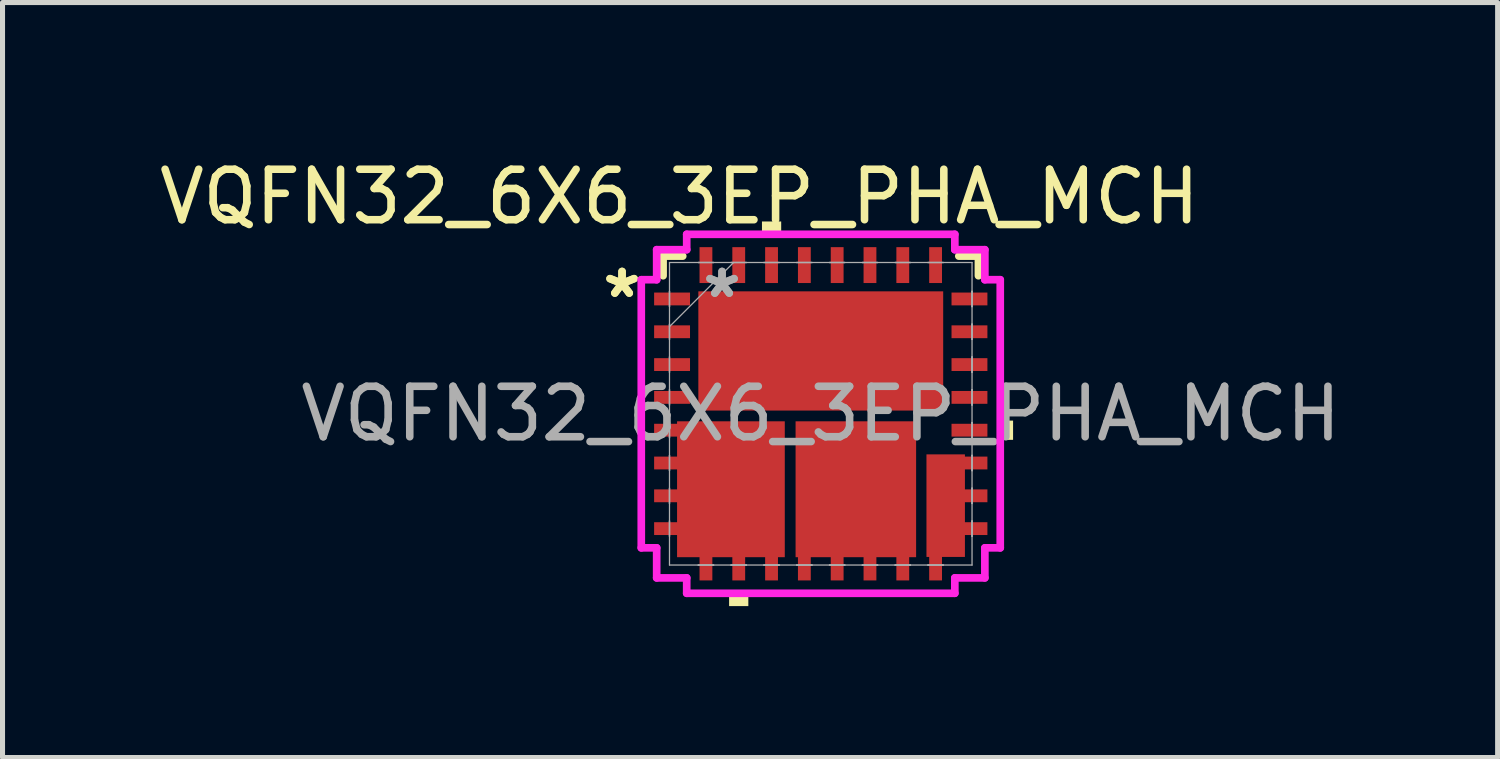
<source format=kicad_pcb>
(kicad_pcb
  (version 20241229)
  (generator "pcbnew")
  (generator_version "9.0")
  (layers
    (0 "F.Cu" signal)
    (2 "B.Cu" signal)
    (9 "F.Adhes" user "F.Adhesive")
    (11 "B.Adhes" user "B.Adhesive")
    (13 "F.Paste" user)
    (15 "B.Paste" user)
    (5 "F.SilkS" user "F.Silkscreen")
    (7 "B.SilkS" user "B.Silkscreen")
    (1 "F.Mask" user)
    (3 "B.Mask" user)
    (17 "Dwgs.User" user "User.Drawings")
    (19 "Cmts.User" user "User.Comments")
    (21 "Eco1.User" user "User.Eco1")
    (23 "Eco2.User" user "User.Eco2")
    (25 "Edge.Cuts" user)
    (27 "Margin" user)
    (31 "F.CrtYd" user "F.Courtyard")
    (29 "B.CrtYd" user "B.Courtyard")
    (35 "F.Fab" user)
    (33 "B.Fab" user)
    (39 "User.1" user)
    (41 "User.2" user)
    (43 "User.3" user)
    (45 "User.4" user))
  (footprint "VQFN32_6X6_3EP_PHA_MCH"
    (layer "F.Cu")
    (at 13.211 5.148)
    (property "Reference" "VQFN32_6X6_3EP_PHA_MCH" (at -2.8 -4.3 0) (unlocked yes) (layer "F.SilkS") (effects (font (size 1 1) (thickness 0.15))))
    (attr smd)
    (fp_line (start -3.124 -3.124) (end -3.124 -2.735) (stroke (width 0.152) (type solid)) (layer "F.SilkS"))
    (fp_line (start -2.735 -3.124) (end -3.124 -3.124) (stroke (width 0.152) (type solid)) (layer "F.SilkS"))
    (fp_line (start 3.124 -3.124) (end 2.735 -3.124) (stroke (width 0.152) (type solid)) (layer "F.SilkS"))
    (fp_line (start 3.124 -2.735) (end 3.124 -3.124) (stroke (width 0.152) (type solid)) (layer "F.SilkS"))
    (fp_poly (pts (xy -1.816 3.556) (xy -1.816 3.81) (xy -1.435 3.81) (xy -1.435 3.556)) (stroke (width 0) (type solid)) (fill yes) (layer "F.SilkS"))
    (fp_poly (pts (xy -1.165 -3.556) (xy -1.165 -3.81) (xy -0.784 -3.81) (xy -0.784 -3.556)) (stroke (width 0) (type solid)) (fill yes) (layer "F.SilkS"))
    (fp_poly (pts (xy 3.81 0.135) (xy 3.81 0.516) (xy 3.556 0.516) (xy 3.556 0.135)) (stroke (width 0) (type solid)) (fill yes) (layer "F.SilkS"))
    (fp_line (start -3.556 -2.656) (end -3.251 -2.656) (stroke (width 0.152) (type solid)) (layer "F.CrtYd"))
    (fp_line (start -3.556 2.656) (end -3.556 -2.656) (stroke (width 0.152) (type solid)) (layer "F.CrtYd"))
    (fp_line (start -3.251 -3.251) (end -2.656 -3.251) (stroke (width 0.152) (type solid)) (layer "F.CrtYd"))
    (fp_line (start -3.251 -2.656) (end -3.251 -3.251) (stroke (width 0.152) (type solid)) (layer "F.CrtYd"))
    (fp_line (start -3.251 2.656) (end -3.556 2.656) (stroke (width 0.152) (type solid)) (layer "F.CrtYd"))
    (fp_line (start -3.251 3.251) (end -3.251 2.656) (stroke (width 0.152) (type solid)) (layer "F.CrtYd"))
    (fp_line (start -2.656 -3.556) (end 2.656 -3.556) (stroke (width 0.152) (type solid)) (layer "F.CrtYd"))
    (fp_line (start -2.656 -3.251) (end -2.656 -3.556) (stroke (width 0.152) (type solid)) (layer "F.CrtYd"))
    (fp_line (start -2.656 3.251) (end -3.251 3.251) (stroke (width 0.152) (type solid)) (layer "F.CrtYd"))
    (fp_line (start -2.656 3.556) (end -2.656 3.251) (stroke (width 0.152) (type solid)) (layer "F.CrtYd"))
    (fp_line (start 2.656 -3.556) (end 2.656 -3.251) (stroke (width 0.152) (type solid)) (layer "F.CrtYd"))
    (fp_line (start 2.656 -3.251) (end 3.251 -3.251) (stroke (width 0.152) (type solid)) (layer "F.CrtYd"))
    (fp_line (start 2.656 3.251) (end 2.656 3.556) (stroke (width 0.152) (type solid)) (layer "F.CrtYd"))
    (fp_line (start 2.656 3.556) (end -2.656 3.556) (stroke (width 0.152) (type solid)) (layer "F.CrtYd"))
    (fp_line (start 3.251 -3.251) (end 3.251 -2.656) (stroke (width 0.152) (type solid)) (layer "F.CrtYd"))
    (fp_line (start 3.251 -2.656) (end 3.556 -2.656) (stroke (width 0.152) (type solid)) (layer "F.CrtYd"))
    (fp_line (start 3.251 2.656) (end 3.251 3.251) (stroke (width 0.152) (type solid)) (layer "F.CrtYd"))
    (fp_line (start 3.251 3.251) (end 2.656 3.251) (stroke (width 0.152) (type solid)) (layer "F.CrtYd"))
    (fp_line (start 3.556 -2.656) (end 3.556 2.656) (stroke (width 0.152) (type solid)) (layer "F.CrtYd"))
    (fp_line (start 3.556 2.656) (end 3.251 2.656) (stroke (width 0.152) (type solid)) (layer "F.CrtYd"))
    (fp_line (start -2.997 -2.997) (end -2.997 2.997) (stroke (width 0.025) (type solid)) (layer "F.Fab"))
    (fp_line (start -2.997 -2.427) (end -2.997 -2.427) (stroke (width 0.025) (type solid)) (layer "F.Fab"))
    (fp_line (start -2.997 -2.427) (end -2.997 -2.123) (stroke (width 0.025) (type solid)) (layer "F.Fab"))
    (fp_line (start -2.997 -2.123) (end -2.997 -2.427) (stroke (width 0.025) (type solid)) (layer "F.Fab"))
    (fp_line (start -2.997 -2.123) (end -2.997 -2.123) (stroke (width 0.025) (type solid)) (layer "F.Fab"))
    (fp_line (start -2.997 -1.777) (end -2.997 -1.777) (stroke (width 0.025) (type solid)) (layer "F.Fab"))
    (fp_line (start -2.997 -1.777) (end -2.997 -1.473) (stroke (width 0.025) (type solid)) (layer "F.Fab"))
    (fp_line (start -2.997 -1.727) (end -1.727 -2.997) (stroke (width 0.025) (type solid)) (layer "F.Fab"))
    (fp_line (start -2.997 -1.473) (end -2.997 -1.777) (stroke (width 0.025) (type solid)) (layer "F.Fab"))
    (fp_line (start -2.997 -1.473) (end -2.997 -1.473) (stroke (width 0.025) (type solid)) (layer "F.Fab"))
    (fp_line (start -2.997 -1.127) (end -2.997 -1.127) (stroke (width 0.025) (type solid)) (layer "F.Fab"))
    (fp_line (start -2.997 -1.127) (end -2.997 -0.823) (stroke (width 0.025) (type solid)) (layer "F.Fab"))
    (fp_line (start -2.997 -0.823) (end -2.997 -1.127) (stroke (width 0.025) (type solid)) (layer "F.Fab"))
    (fp_line (start -2.997 -0.823) (end -2.997 -0.823) (stroke (width 0.025) (type solid)) (layer "F.Fab"))
    (fp_line (start -2.997 -0.477) (end -2.997 -0.477) (stroke (width 0.025) (type solid)) (layer "F.Fab"))
    (fp_line (start -2.997 -0.477) (end -2.997 -0.173) (stroke (width 0.025) (type solid)) (layer "F.Fab"))
    (fp_line (start -2.997 -0.173) (end -2.997 -0.477) (stroke (width 0.025) (type solid)) (layer "F.Fab"))
    (fp_line (start -2.997 -0.173) (end -2.997 -0.173) (stroke (width 0.025) (type solid)) (layer "F.Fab"))
    (fp_line (start -2.997 0.173) (end -2.997 0.173) (stroke (width 0.025) (type solid)) (layer "F.Fab"))
    (fp_line (start -2.997 0.173) (end -2.997 0.477) (stroke (width 0.025) (type solid)) (layer "F.Fab"))
    (fp_line (start -2.997 0.477) (end -2.997 0.173) (stroke (width 0.025) (type solid)) (layer "F.Fab"))
    (fp_line (start -2.997 0.477) (end -2.997 0.477) (stroke (width 0.025) (type solid)) (layer "F.Fab"))
    (fp_line (start -2.997 0.823) (end -2.997 0.823) (stroke (width 0.025) (type solid)) (layer "F.Fab"))
    (fp_line (start -2.997 0.823) (end -2.997 1.127) (stroke (width 0.025) (type solid)) (layer "F.Fab"))
    (fp_line (start -2.997 1.127) (end -2.997 0.823) (stroke (width 0.025) (type solid)) (layer "F.Fab"))
    (fp_line (start -2.997 1.127) (end -2.997 1.127) (stroke (width 0.025) (type solid)) (layer "F.Fab"))
    (fp_line (start -2.997 1.473) (end -2.997 1.473) (stroke (width 0.025) (type solid)) (layer "F.Fab"))
    (fp_line (start -2.997 1.473) (end -2.997 1.777) (stroke (width 0.025) (type solid)) (layer "F.Fab"))
    (fp_line (start -2.997 1.777) (end -2.997 1.473) (stroke (width 0.025) (type solid)) (layer "F.Fab"))
    (fp_line (start -2.997 1.777) (end -2.997 1.777) (stroke (width 0.025) (type solid)) (layer "F.Fab"))
    (fp_line (start -2.997 2.123) (end -2.997 2.123) (stroke (width 0.025) (type solid)) (layer "F.Fab"))
    (fp_line (start -2.997 2.123) (end -2.997 2.427) (stroke (width 0.025) (type solid)) (layer "F.Fab"))
    (fp_line (start -2.997 2.427) (end -2.997 2.123) (stroke (width 0.025) (type solid)) (layer "F.Fab"))
    (fp_line (start -2.997 2.427) (end -2.997 2.427) (stroke (width 0.025) (type solid)) (layer "F.Fab"))
    (fp_line (start -2.997 2.997) (end 2.997 2.997) (stroke (width 0.025) (type solid)) (layer "F.Fab"))
    (fp_line (start -2.427 -2.997) (end -2.427 -2.997) (stroke (width 0.025) (type solid)) (layer "F.Fab"))
    (fp_line (start -2.427 -2.997) (end -2.123 -2.997) (stroke (width 0.025) (type solid)) (layer "F.Fab"))
    (fp_line (start -2.427 2.997) (end -2.427 2.997) (stroke (width 0.025) (type solid)) (layer "F.Fab"))
    (fp_line (start -2.427 2.997) (end -2.123 2.997) (stroke (width 0.025) (type solid)) (layer "F.Fab"))
    (fp_line (start -2.123 -2.997) (end -2.427 -2.997) (stroke (width 0.025) (type solid)) (layer "F.Fab"))
    (fp_line (start -2.123 -2.997) (end -2.123 -2.997) (stroke (width 0.025) (type solid)) (layer "F.Fab"))
    (fp_line (start -2.123 2.997) (end -2.427 2.997) (stroke (width 0.025) (type solid)) (layer "F.Fab"))
    (fp_line (start -2.123 2.997) (end -2.123 2.997) (stroke (width 0.025) (type solid)) (layer "F.Fab"))
    (fp_line (start -1.777 -2.997) (end -1.777 -2.997) (stroke (width 0.025) (type solid)) (layer "F.Fab"))
    (fp_line (start -1.777 -2.997) (end -1.473 -2.997) (stroke (width 0.025) (type solid)) (layer "F.Fab"))
    (fp_line (start -1.777 2.997) (end -1.777 2.997) (stroke (width 0.025) (type solid)) (layer "F.Fab"))
    (fp_line (start -1.777 2.997) (end -1.473 2.997) (stroke (width 0.025) (type solid)) (layer "F.Fab"))
    (fp_line (start -1.473 -2.997) (end -1.777 -2.997) (stroke (width 0.025) (type solid)) (layer "F.Fab"))
    (fp_line (start -1.473 -2.997) (end -1.473 -2.997) (stroke (width 0.025) (type solid)) (layer "F.Fab"))
    (fp_line (start -1.473 2.997) (end -1.777 2.997) (stroke (width 0.025) (type solid)) (layer "F.Fab"))
    (fp_line (start -1.473 2.997) (end -1.473 2.997) (stroke (width 0.025) (type solid)) (layer "F.Fab"))
    (fp_line (start -1.127 -2.997) (end -1.127 -2.997) (stroke (width 0.025) (type solid)) (layer "F.Fab"))
    (fp_line (start -1.127 -2.997) (end -0.823 -2.997) (stroke (width 0.025) (type solid)) (layer "F.Fab"))
    (fp_line (start -1.127 2.997) (end -1.127 2.997) (stroke (width 0.025) (type solid)) (layer "F.Fab"))
    (fp_line (start -1.127 2.997) (end -0.823 2.997) (stroke (width 0.025) (type solid)) (layer "F.Fab"))
    (fp_line (start -0.823 -2.997) (end -1.127 -2.997) (stroke (width 0.025) (type solid)) (layer "F.Fab"))
    (fp_line (start -0.823 -2.997) (end -0.823 -2.997) (stroke (width 0.025) (type solid)) (layer "F.Fab"))
    (fp_line (start -0.823 2.997) (end -1.127 2.997) (stroke (width 0.025) (type solid)) (layer "F.Fab"))
    (fp_line (start -0.823 2.997) (end -0.823 2.997) (stroke (width 0.025) (type solid)) (layer "F.Fab"))
    (fp_line (start -0.477 -2.997) (end -0.477 -2.997) (stroke (width 0.025) (type solid)) (layer "F.Fab"))
    (fp_line (start -0.477 -2.997) (end -0.173 -2.997) (stroke (width 0.025) (type solid)) (layer "F.Fab"))
    (fp_line (start -0.477 2.997) (end -0.477 2.997) (stroke (width 0.025) (type solid)) (layer "F.Fab"))
    (fp_line (start -0.477 2.997) (end -0.173 2.997) (stroke (width 0.025) (type solid)) (layer "F.Fab"))
    (fp_line (start -0.173 -2.997) (end -0.477 -2.997) (stroke (width 0.025) (type solid)) (layer "F.Fab"))
    (fp_line (start -0.173 -2.997) (end -0.173 -2.997) (stroke (width 0.025) (type solid)) (layer "F.Fab"))
    (fp_line (start -0.173 2.997) (end -0.477 2.997) (stroke (width 0.025) (type solid)) (layer "F.Fab"))
    (fp_line (start -0.173 2.997) (end -0.173 2.997) (stroke (width 0.025) (type solid)) (layer "F.Fab"))
    (fp_line (start 0.173 -2.997) (end 0.173 -2.997) (stroke (width 0.025) (type solid)) (layer "F.Fab"))
    (fp_line (start 0.173 -2.997) (end 0.477 -2.997) (stroke (width 0.025) (type solid)) (layer "F.Fab"))
    (fp_line (start 0.173 2.997) (end 0.173 2.997) (stroke (width 0.025) (type solid)) (layer "F.Fab"))
    (fp_line (start 0.173 2.997) (end 0.477 2.997) (stroke (width 0.025) (type solid)) (layer "F.Fab"))
    (fp_line (start 0.477 -2.997) (end 0.173 -2.997) (stroke (width 0.025) (type solid)) (layer "F.Fab"))
    (fp_line (start 0.477 -2.997) (end 0.477 -2.997) (stroke (width 0.025) (type solid)) (layer "F.Fab"))
    (fp_line (start 0.477 2.997) (end 0.173 2.997) (stroke (width 0.025) (type solid)) (layer "F.Fab"))
    (fp_line (start 0.477 2.997) (end 0.477 2.997) (stroke (width 0.025) (type solid)) (layer "F.Fab"))
    (fp_line (start 0.823 -2.997) (end 0.823 -2.997) (stroke (width 0.025) (type solid)) (layer "F.Fab"))
    (fp_line (start 0.823 -2.997) (end 1.127 -2.997) (stroke (width 0.025) (type solid)) (layer "F.Fab"))
    (fp_line (start 0.823 2.997) (end 0.823 2.997) (stroke (width 0.025) (type solid)) (layer "F.Fab"))
    (fp_line (start 0.823 2.997) (end 1.127 2.997) (stroke (width 0.025) (type solid)) (layer "F.Fab"))
    (fp_line (start 1.127 -2.997) (end 0.823 -2.997) (stroke (width 0.025) (type solid)) (layer "F.Fab"))
    (fp_line (start 1.127 -2.997) (end 1.127 -2.997) (stroke (width 0.025) (type solid)) (layer "F.Fab"))
    (fp_line (start 1.127 2.997) (end 0.823 2.997) (stroke (width 0.025) (type solid)) (layer "F.Fab"))
    (fp_line (start 1.127 2.997) (end 1.127 2.997) (stroke (width 0.025) (type solid)) (layer "F.Fab"))
    (fp_line (start 1.473 -2.997) (end 1.473 -2.997) (stroke (width 0.025) (type solid)) (layer "F.Fab"))
    (fp_line (start 1.473 -2.997) (end 1.777 -2.997) (stroke (width 0.025) (type solid)) (layer "F.Fab"))
    (fp_line (start 1.473 2.997) (end 1.473 2.997) (stroke (width 0.025) (type solid)) (layer "F.Fab"))
    (fp_line (start 1.473 2.997) (end 1.777 2.997) (stroke (width 0.025) (type solid)) (layer "F.Fab"))
    (fp_line (start 1.777 -2.997) (end 1.473 -2.997) (stroke (width 0.025) (type solid)) (layer "F.Fab"))
    (fp_line (start 1.777 -2.997) (end 1.777 -2.997) (stroke (width 0.025) (type solid)) (layer "F.Fab"))
    (fp_line (start 1.777 2.997) (end 1.473 2.997) (stroke (width 0.025) (type solid)) (layer "F.Fab"))
    (fp_line (start 1.777 2.997) (end 1.777 2.997) (stroke (width 0.025) (type solid)) (layer "F.Fab"))
    (fp_line (start 2.123 -2.997) (end 2.123 -2.997) (stroke (width 0.025) (type solid)) (layer "F.Fab"))
    (fp_line (start 2.123 -2.997) (end 2.427 -2.997) (stroke (width 0.025) (type solid)) (layer "F.Fab"))
    (fp_line (start 2.123 2.997) (end 2.123 2.997) (stroke (width 0.025) (type solid)) (layer "F.Fab"))
    (fp_line (start 2.123 2.997) (end 2.427 2.997) (stroke (width 0.025) (type solid)) (layer "F.Fab"))
    (fp_line (start 2.427 -2.997) (end 2.123 -2.997) (stroke (width 0.025) (type solid)) (layer "F.Fab"))
    (fp_line (start 2.427 -2.997) (end 2.427 -2.997) (stroke (width 0.025) (type solid)) (layer "F.Fab"))
    (fp_line (start 2.427 2.997) (end 2.123 2.997) (stroke (width 0.025) (type solid)) (layer "F.Fab"))
    (fp_line (start 2.427 2.997) (end 2.427 2.997) (stroke (width 0.025) (type solid)) (layer "F.Fab"))
    (fp_line (start 2.997 -2.997) (end -2.997 -2.997) (stroke (width 0.025) (type solid)) (layer "F.Fab"))
    (fp_line (start 2.997 -2.427) (end 2.997 -2.427) (stroke (width 0.025) (type solid)) (layer "F.Fab"))
    (fp_line (start 2.997 -2.427) (end 2.997 -2.123) (stroke (width 0.025) (type solid)) (layer "F.Fab"))
    (fp_line (start 2.997 -2.123) (end 2.997 -2.427) (stroke (width 0.025) (type solid)) (layer "F.Fab"))
    (fp_line (start 2.997 -2.123) (end 2.997 -2.123) (stroke (width 0.025) (type solid)) (layer "F.Fab"))
    (fp_line (start 2.997 -1.777) (end 2.997 -1.777) (stroke (width 0.025) (type solid)) (layer "F.Fab"))
    (fp_line (start 2.997 -1.777) (end 2.997 -1.473) (stroke (width 0.025) (type solid)) (layer "F.Fab"))
    (fp_line (start 2.997 -1.473) (end 2.997 -1.777) (stroke (width 0.025) (type solid)) (layer "F.Fab"))
    (fp_line (start 2.997 -1.473) (end 2.997 -1.473) (stroke (width 0.025) (type solid)) (layer "F.Fab"))
    (fp_line (start 2.997 -1.127) (end 2.997 -1.127) (stroke (width 0.025) (type solid)) (layer "F.Fab"))
    (fp_line (start 2.997 -1.127) (end 2.997 -0.823) (stroke (width 0.025) (type solid)) (layer "F.Fab"))
    (fp_line (start 2.997 -0.823) (end 2.997 -1.127) (stroke (width 0.025) (type solid)) (layer "F.Fab"))
    (fp_line (start 2.997 -0.823) (end 2.997 -0.823) (stroke (width 0.025) (type solid)) (layer "F.Fab"))
    (fp_line (start 2.997 -0.477) (end 2.997 -0.477) (stroke (width 0.025) (type solid)) (layer "F.Fab"))
    (fp_line (start 2.997 -0.477) (end 2.997 -0.173) (stroke (width 0.025) (type solid)) (layer "F.Fab"))
    (fp_line (start 2.997 -0.173) (end 2.997 -0.477) (stroke (width 0.025) (type solid)) (layer "F.Fab"))
    (fp_line (start 2.997 -0.173) (end 2.997 -0.173) (stroke (width 0.025) (type solid)) (layer "F.Fab"))
    (fp_line (start 2.997 0.173) (end 2.997 0.173) (stroke (width 0.025) (type solid)) (layer "F.Fab"))
    (fp_line (start 2.997 0.173) (end 2.997 0.477) (stroke (width 0.025) (type solid)) (layer "F.Fab"))
    (fp_line (start 2.997 0.477) (end 2.997 0.173) (stroke (width 0.025) (type solid)) (layer "F.Fab"))
    (fp_line (start 2.997 0.477) (end 2.997 0.477) (stroke (width 0.025) (type solid)) (layer "F.Fab"))
    (fp_line (start 2.997 0.823) (end 2.997 0.823) (stroke (width 0.025) (type solid)) (layer "F.Fab"))
    (fp_line (start 2.997 0.823) (end 2.997 1.127) (stroke (width 0.025) (type solid)) (layer "F.Fab"))
    (fp_line (start 2.997 1.127) (end 2.997 0.823) (stroke (width 0.025) (type solid)) (layer "F.Fab"))
    (fp_line (start 2.997 1.127) (end 2.997 1.127) (stroke (width 0.025) (type solid)) (layer "F.Fab"))
    (fp_line (start 2.997 1.473) (end 2.997 1.473) (stroke (width 0.025) (type solid)) (layer "F.Fab"))
    (fp_line (start 2.997 1.473) (end 2.997 1.777) (stroke (width 0.025) (type solid)) (layer "F.Fab"))
    (fp_line (start 2.997 1.777) (end 2.997 1.473) (stroke (width 0.025) (type solid)) (layer "F.Fab"))
    (fp_line (start 2.997 1.777) (end 2.997 1.777) (stroke (width 0.025) (type solid)) (layer "F.Fab"))
    (fp_line (start 2.997 2.123) (end 2.997 2.123) (stroke (width 0.025) (type solid)) (layer "F.Fab"))
    (fp_line (start 2.997 2.123) (end 2.997 2.427) (stroke (width 0.025) (type solid)) (layer "F.Fab"))
    (fp_line (start 2.997 2.427) (end 2.997 2.123) (stroke (width 0.025) (type solid)) (layer "F.Fab"))
    (fp_line (start 2.997 2.427) (end 2.997 2.427) (stroke (width 0.025) (type solid)) (layer "F.Fab"))
    (fp_line (start 2.997 2.997) (end 2.997 -2.997) (stroke (width 0.025) (type solid)) (layer "F.Fab"))
    (fp_text user "*" (at -3.937 -2.275 0) (unlocked yes) (layer "F.SilkS") (effects (font (size 1 1) (thickness 0.15))))
    (fp_text user "*" (at -3.937 -2.275 0) (layer "F.SilkS") (effects (font (size 1 1) (thickness 0.15))))
    (fp_text user "*" (at -1.956 -2.275 0) (layer "F.Fab") (effects (font (size 1 1) (thickness 0.15))))
    (fp_text user "${REFERENCE}" (at 0 0 0) (unlocked yes) (layer "F.Fab") (effects (font (size 1 1) (thickness 0.15))))
    (fp_text user "*" (at -1.956 -2.275 0) (unlocked yes) (layer "F.Fab") (effects (font (size 1 1) (thickness 0.15))))
    (pad "1" smd rect (at -2.946 -2.275 90) (size 0.254 0.711) (layers "F.Cu" "F.Mask" "F.Paste"))
    (pad "2" smd rect (at -2.946 -1.625 90) (size 0.254 0.711) (layers "F.Cu" "F.Mask" "F.Paste"))
    (pad "3" smd rect (at -2.946 -0.975 90) (size 0.254 0.711) (layers "F.Cu" "F.Mask" "F.Paste"))
    (pad "4" smd rect (at -2.946 -0.325 90) (size 0.254 0.711) (layers "F.Cu" "F.Mask" "F.Paste"))
    (pad "5" smd rect (at -2.946 0.325 90) (size 0.254 0.711) (layers "F.Cu" "F.Mask" "F.Paste"))
    (pad "6" smd rect (at -2.946 0.975 90) (size 0.254 0.711) (layers "F.Cu" "F.Mask" "F.Paste"))
    (pad "7" smd rect (at -2.946 1.625 90) (size 0.254 0.711) (layers "F.Cu" "F.Mask" "F.Paste"))
    (pad "8" smd rect (at -2.946 2.275 90) (size 0.254 0.711) (layers "F.Cu" "F.Mask" "F.Paste"))
    (pad "9" smd rect (at -2.275 2.946) (size 0.254 0.711) (layers "F.Cu" "F.Mask" "F.Paste"))
    (pad "10" smd rect (at -1.625 2.946) (size 0.254 0.711) (layers "F.Cu" "F.Mask" "F.Paste"))
    (pad "11" smd rect (at -0.975 2.946) (size 0.254 0.711) (layers "F.Cu" "F.Mask" "F.Paste"))
    (pad "12" smd rect (at -0.325 2.946) (size 0.254 0.711) (layers "F.Cu" "F.Mask" "F.Paste"))
    (pad "13" smd rect (at 0.325 2.946) (size 0.254 0.711) (layers "F.Cu" "F.Mask" "F.Paste"))
    (pad "14" smd rect (at 0.975 2.946) (size 0.254 0.711) (layers "F.Cu" "F.Mask" "F.Paste"))
    (pad "15" smd rect (at 1.625 2.946) (size 0.254 0.711) (layers "F.Cu" "F.Mask" "F.Paste"))
    (pad "16" smd rect (at 2.275 2.946) (size 0.254 0.711) (layers "F.Cu" "F.Mask" "F.Paste"))
    (pad "17" smd rect (at 2.946 2.275 90) (size 0.254 0.711) (layers "F.Cu" "F.Mask" "F.Paste"))
    (pad "18" smd rect (at 2.946 1.625 90) (size 0.254 0.711) (layers "F.Cu" "F.Mask" "F.Paste"))
    (pad "19" smd rect (at 2.946 0.975 90) (size 0.254 0.711) (layers "F.Cu" "F.Mask" "F.Paste"))
    (pad "20" smd rect (at 2.946 0.325 90) (size 0.254 0.711) (layers "F.Cu" "F.Mask" "F.Paste"))
    (pad "21" smd rect (at 2.946 -0.325 90) (size 0.254 0.711) (layers "F.Cu" "F.Mask" "F.Paste"))
    (pad "22" smd rect (at 2.946 -0.975 90) (size 0.254 0.711) (layers "F.Cu" "F.Mask" "F.Paste"))
    (pad "23" smd rect (at 2.946 -1.625 90) (size 0.254 0.711) (layers "F.Cu" "F.Mask" "F.Paste"))
    (pad "24" smd rect (at 2.946 -2.275 90) (size 0.254 0.711) (layers "F.Cu" "F.Mask" "F.Paste"))
    (pad "25" smd rect (at 2.275 -2.946) (size 0.254 0.711) (layers "F.Cu" "F.Mask" "F.Paste"))
    (pad "26" smd rect (at 1.625 -2.946) (size 0.254 0.711) (layers "F.Cu" "F.Mask" "F.Paste"))
    (pad "27" smd rect (at 0.975 -2.946) (size 0.254 0.711) (layers "F.Cu" "F.Mask" "F.Paste"))
    (pad "28" smd rect (at 0.325 -2.946) (size 0.254 0.711) (layers "F.Cu" "F.Mask" "F.Paste"))
    (pad "29" smd rect (at -0.325 -2.946) (size 0.254 0.711) (layers "F.Cu" "F.Mask" "F.Paste"))
    (pad "30" smd rect (at -0.975 -2.946) (size 0.254 0.711) (layers "F.Cu" "F.Mask" "F.Paste"))
    (pad "31" smd rect (at -1.625 -2.946) (size 0.254 0.711) (layers "F.Cu" "F.Mask" "F.Paste"))
    (pad "32" smd rect (at -2.275 -2.946) (size 0.254 0.711) (layers "F.Cu" "F.Mask" "F.Paste"))
    (pad "33" smd rect (at 0 -1.245) (size 4.851 2.362) (layers "F.Cu" "F.Mask" "F.Paste"))
    (pad "EP5" smd rect (at -1.78 1.495) (size 2.134 2.692) (layers "F.Cu" "F.Mask" "F.Paste"))
    (pad "EP12" smd rect (at 0.695 1.495) (size 2.388 2.692) (layers "F.Cu" "F.Mask" "F.Paste"))
    (pad "EP19" smd rect (at 2.475 1.82) (size 0.762 2.032) (layers "F.Cu" "F.Mask" "F.Paste")))
  (gr_rect
    (start -3 -3)
    (end 26.621 11.958)
    (stroke (width 0.1) (type default))
    (fill no)
    (layer "Edge.Cuts")))
</source>
